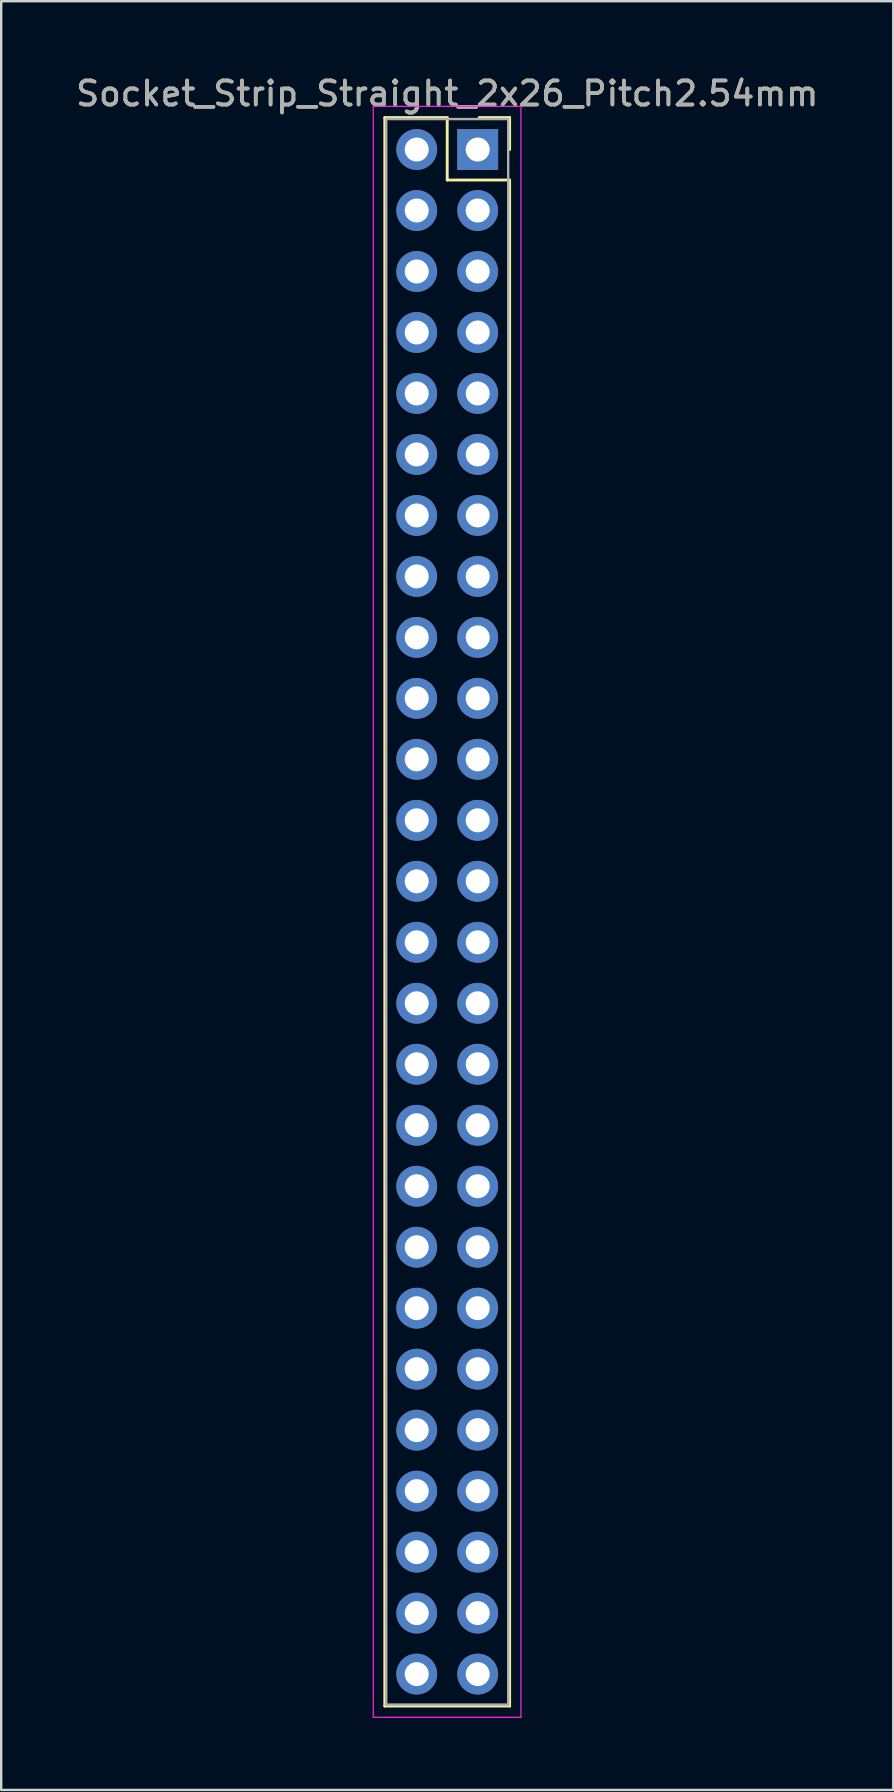
<source format=kicad_pcb>
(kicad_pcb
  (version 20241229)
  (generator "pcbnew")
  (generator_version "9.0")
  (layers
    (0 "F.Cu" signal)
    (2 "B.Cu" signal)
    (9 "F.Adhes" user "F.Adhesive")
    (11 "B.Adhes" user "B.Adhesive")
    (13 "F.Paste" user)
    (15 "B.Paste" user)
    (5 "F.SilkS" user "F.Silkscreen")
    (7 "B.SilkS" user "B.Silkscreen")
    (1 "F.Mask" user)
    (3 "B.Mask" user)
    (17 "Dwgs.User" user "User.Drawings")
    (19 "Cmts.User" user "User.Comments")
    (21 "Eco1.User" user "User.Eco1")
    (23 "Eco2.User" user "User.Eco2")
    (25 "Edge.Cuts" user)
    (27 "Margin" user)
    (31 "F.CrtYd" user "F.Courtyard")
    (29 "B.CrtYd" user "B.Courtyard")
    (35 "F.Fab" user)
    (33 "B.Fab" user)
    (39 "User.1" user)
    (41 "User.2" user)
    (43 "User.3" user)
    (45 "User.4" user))
  (footprint "Socket_Strip_Straight_2x26_Pitch2.54mm"
    (layer "F.Cu")
    (at 16.847 3.178)
    (property "Reference" "Socket_Strip_Straight_2x26_Pitch2.54mm" (at -1.27 -2.33 0) (layer "F.SilkS") (effects (font (size 1 1) (thickness 0.15))))
    (attr through_hole)
    (fp_line (start -3.87 -1.33) (end -1.27 -1.33) (stroke (width 0.12) (type solid)) (layer "F.SilkS"))
    (fp_line (start -3.87 64.83) (end -3.87 -1.33) (stroke (width 0.12) (type solid)) (layer "F.SilkS"))
    (fp_line (start -1.27 -1.33) (end -1.27 1.27) (stroke (width 0.12) (type solid)) (layer "F.SilkS"))
    (fp_line (start -1.27 1.27) (end 1.33 1.27) (stroke (width 0.12) (type solid)) (layer "F.SilkS"))
    (fp_line (start 1.33 -1.33) (end 0.06 -1.33) (stroke (width 0.12) (type solid)) (layer "F.SilkS"))
    (fp_line (start 1.33 0) (end 1.33 -1.33) (stroke (width 0.12) (type solid)) (layer "F.SilkS"))
    (fp_line (start 1.33 1.27) (end 1.33 64.83) (stroke (width 0.12) (type solid)) (layer "F.SilkS"))
    (fp_line (start 1.33 64.83) (end -3.87 64.83) (stroke (width 0.12) (type solid)) (layer "F.SilkS"))
    (fp_line (start -4.35 -1.8) (end -4.35 65.3) (stroke (width 0.05) (type solid)) (layer "F.CrtYd"))
    (fp_line (start -4.35 65.3) (end 1.8 65.3) (stroke (width 0.05) (type solid)) (layer "F.CrtYd"))
    (fp_line (start 1.8 -1.8) (end -4.35 -1.8) (stroke (width 0.05) (type solid)) (layer "F.CrtYd"))
    (fp_line (start 1.8 65.3) (end 1.8 -1.8) (stroke (width 0.05) (type solid)) (layer "F.CrtYd"))
    (fp_line (start -3.81 -1.27) (end -3.81 64.77) (stroke (width 0.1) (type solid)) (layer "F.Fab"))
    (fp_line (start -3.81 64.77) (end 1.27 64.77) (stroke (width 0.1) (type solid)) (layer "F.Fab"))
    (fp_line (start 1.27 -1.27) (end -3.81 -1.27) (stroke (width 0.1) (type solid)) (layer "F.Fab"))
    (fp_line (start 1.27 64.77) (end 1.27 -1.27) (stroke (width 0.1) (type solid)) (layer "F.Fab"))
    (fp_text user "${REFERENCE}" (at -1.27 -2.33 0) (layer "F.Fab") (effects (font (size 1 1) (thickness 0.15))))
    (pad "1" thru_hole rect (at 0 0) (size 1.7 1.7) (drill 1) (layers "*.Cu" "*.Mask"))
    (pad "2" thru_hole oval (at -2.54 0) (size 1.7 1.7) (drill 1) (layers "*.Cu" "*.Mask"))
    (pad "3" thru_hole oval (at 0 2.54) (size 1.7 1.7) (drill 1) (layers "*.Cu" "*.Mask"))
    (pad "4" thru_hole oval (at -2.54 2.54) (size 1.7 1.7) (drill 1) (layers "*.Cu" "*.Mask"))
    (pad "5" thru_hole oval (at 0 5.08) (size 1.7 1.7) (drill 1) (layers "*.Cu" "*.Mask"))
    (pad "6" thru_hole oval (at -2.54 5.08) (size 1.7 1.7) (drill 1) (layers "*.Cu" "*.Mask"))
    (pad "7" thru_hole oval (at 0 7.62) (size 1.7 1.7) (drill 1) (layers "*.Cu" "*.Mask"))
    (pad "8" thru_hole oval (at -2.54 7.62) (size 1.7 1.7) (drill 1) (layers "*.Cu" "*.Mask"))
    (pad "9" thru_hole oval (at 0 10.16) (size 1.7 1.7) (drill 1) (layers "*.Cu" "*.Mask"))
    (pad "10" thru_hole oval (at -2.54 10.16) (size 1.7 1.7) (drill 1) (layers "*.Cu" "*.Mask"))
    (pad "11" thru_hole oval (at 0 12.7) (size 1.7 1.7) (drill 1) (layers "*.Cu" "*.Mask"))
    (pad "12" thru_hole oval (at -2.54 12.7) (size 1.7 1.7) (drill 1) (layers "*.Cu" "*.Mask"))
    (pad "13" thru_hole oval (at 0 15.24) (size 1.7 1.7) (drill 1) (layers "*.Cu" "*.Mask"))
    (pad "14" thru_hole oval (at -2.54 15.24) (size 1.7 1.7) (drill 1) (layers "*.Cu" "*.Mask"))
    (pad "15" thru_hole oval (at 0 17.78) (size 1.7 1.7) (drill 1) (layers "*.Cu" "*.Mask"))
    (pad "16" thru_hole oval (at -2.54 17.78) (size 1.7 1.7) (drill 1) (layers "*.Cu" "*.Mask"))
    (pad "17" thru_hole oval (at 0 20.32) (size 1.7 1.7) (drill 1) (layers "*.Cu" "*.Mask"))
    (pad "18" thru_hole oval (at -2.54 20.32) (size 1.7 1.7) (drill 1) (layers "*.Cu" "*.Mask"))
    (pad "19" thru_hole oval (at 0 22.86) (size 1.7 1.7) (drill 1) (layers "*.Cu" "*.Mask"))
    (pad "20" thru_hole oval (at -2.54 22.86) (size 1.7 1.7) (drill 1) (layers "*.Cu" "*.Mask"))
    (pad "21" thru_hole oval (at 0 25.4) (size 1.7 1.7) (drill 1) (layers "*.Cu" "*.Mask"))
    (pad "22" thru_hole oval (at -2.54 25.4) (size 1.7 1.7) (drill 1) (layers "*.Cu" "*.Mask"))
    (pad "23" thru_hole oval (at 0 27.94) (size 1.7 1.7) (drill 1) (layers "*.Cu" "*.Mask"))
    (pad "24" thru_hole oval (at -2.54 27.94) (size 1.7 1.7) (drill 1) (layers "*.Cu" "*.Mask"))
    (pad "25" thru_hole oval (at 0 30.48) (size 1.7 1.7) (drill 1) (layers "*.Cu" "*.Mask"))
    (pad "26" thru_hole oval (at -2.54 30.48) (size 1.7 1.7) (drill 1) (layers "*.Cu" "*.Mask"))
    (pad "27" thru_hole oval (at 0 33.02) (size 1.7 1.7) (drill 1) (layers "*.Cu" "*.Mask"))
    (pad "28" thru_hole oval (at -2.54 33.02) (size 1.7 1.7) (drill 1) (layers "*.Cu" "*.Mask"))
    (pad "29" thru_hole oval (at 0 35.56) (size 1.7 1.7) (drill 1) (layers "*.Cu" "*.Mask"))
    (pad "30" thru_hole oval (at -2.54 35.56) (size 1.7 1.7) (drill 1) (layers "*.Cu" "*.Mask"))
    (pad "31" thru_hole oval (at 0 38.1) (size 1.7 1.7) (drill 1) (layers "*.Cu" "*.Mask"))
    (pad "32" thru_hole oval (at -2.54 38.1) (size 1.7 1.7) (drill 1) (layers "*.Cu" "*.Mask"))
    (pad "33" thru_hole oval (at 0 40.64) (size 1.7 1.7) (drill 1) (layers "*.Cu" "*.Mask"))
    (pad "34" thru_hole oval (at -2.54 40.64) (size 1.7 1.7) (drill 1) (layers "*.Cu" "*.Mask"))
    (pad "35" thru_hole oval (at 0 43.18) (size 1.7 1.7) (drill 1) (layers "*.Cu" "*.Mask"))
    (pad "36" thru_hole oval (at -2.54 43.18) (size 1.7 1.7) (drill 1) (layers "*.Cu" "*.Mask"))
    (pad "37" thru_hole oval (at 0 45.72) (size 1.7 1.7) (drill 1) (layers "*.Cu" "*.Mask"))
    (pad "38" thru_hole oval (at -2.54 45.72) (size 1.7 1.7) (drill 1) (layers "*.Cu" "*.Mask"))
    (pad "39" thru_hole oval (at 0 48.26) (size 1.7 1.7) (drill 1) (layers "*.Cu" "*.Mask"))
    (pad "40" thru_hole oval (at -2.54 48.26) (size 1.7 1.7) (drill 1) (layers "*.Cu" "*.Mask"))
    (pad "41" thru_hole oval (at 0 50.8) (size 1.7 1.7) (drill 1) (layers "*.Cu" "*.Mask"))
    (pad "42" thru_hole oval (at -2.54 50.8) (size 1.7 1.7) (drill 1) (layers "*.Cu" "*.Mask"))
    (pad "43" thru_hole oval (at 0 53.34) (size 1.7 1.7) (drill 1) (layers "*.Cu" "*.Mask"))
    (pad "44" thru_hole oval (at -2.54 53.34) (size 1.7 1.7) (drill 1) (layers "*.Cu" "*.Mask"))
    (pad "45" thru_hole oval (at 0 55.88) (size 1.7 1.7) (drill 1) (layers "*.Cu" "*.Mask"))
    (pad "46" thru_hole oval (at -2.54 55.88) (size 1.7 1.7) (drill 1) (layers "*.Cu" "*.Mask"))
    (pad "47" thru_hole oval (at 0 58.42) (size 1.7 1.7) (drill 1) (layers "*.Cu" "*.Mask"))
    (pad "48" thru_hole oval (at -2.54 58.42) (size 1.7 1.7) (drill 1) (layers "*.Cu" "*.Mask"))
    (pad "49" thru_hole oval (at 0 60.96) (size 1.7 1.7) (drill 1) (layers "*.Cu" "*.Mask"))
    (pad "50" thru_hole oval (at -2.54 60.96) (size 1.7 1.7) (drill 1) (layers "*.Cu" "*.Mask"))
    (pad "51" thru_hole oval (at 0 63.5) (size 1.7 1.7) (drill 1) (layers "*.Cu" "*.Mask"))
    (pad "52" thru_hole oval (at -2.54 63.5) (size 1.7 1.7) (drill 1) (layers "*.Cu" "*.Mask")))
  (gr_rect
    (start -3 -3)
    (end 34.155 71.503)
    (stroke (width 0.1) (type default))
    (fill no)
    (layer "Edge.Cuts")))
</source>
